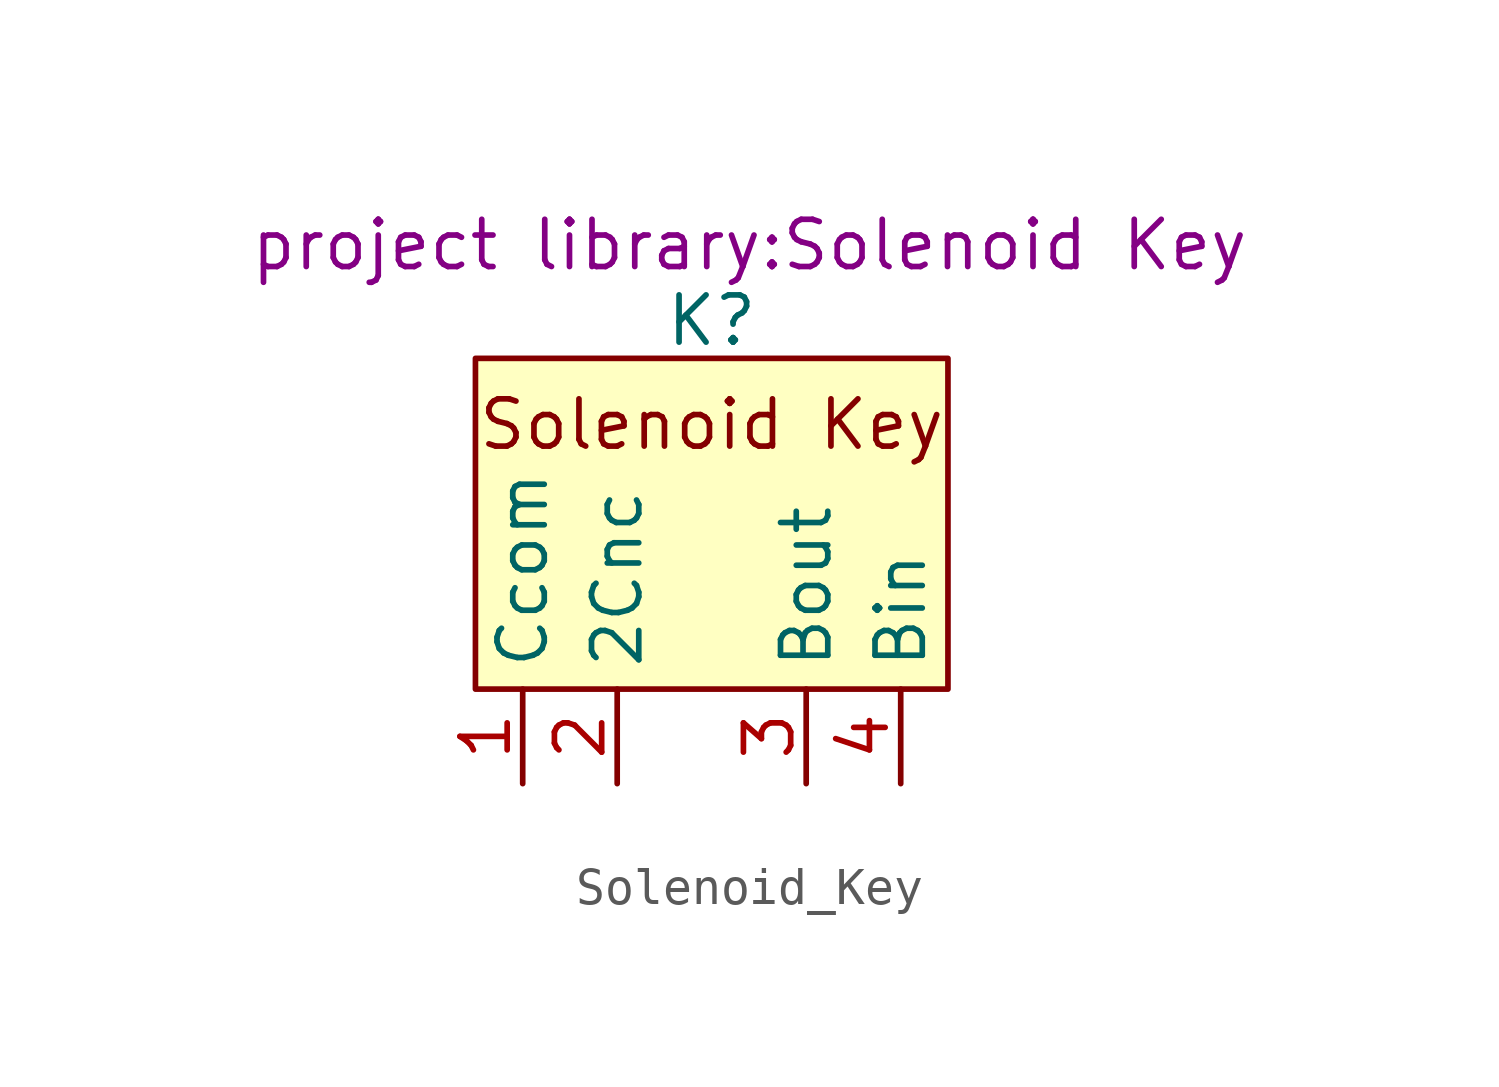
<source format=kicad_sym>
(kicad_symbol_lib
  (version 20241209)
  (generator "kicad_symbol_editor")
  (generator_version "9.0")
  (symbol "Solenoid_Key"
    (property "Reference" "K"
      (at 0 7.366 0)
      (effects (font (size 1.27 1.27))))
    (property "Value" ""
      (at 0 0 0)
      (effects (font (size 1.27 1.27))))
    (property "Footprint" "project library:Solenoid Key"
      (at 1.016 9.398 0)
      (effects (font (size 1.27 1.27))))
    (symbol "Solenoid_Key_1_1"
      (rectangle (start -6.35 6.35) (end 6.35 -2.54) (stroke (width 0) (type solid)) (fill (type background)))
      (text "Solenoid Key\n" (at 0 4.572 0) (effects (font (size 1.27 1.27))))
      (pin bidirectional line (at -5.08 -5.08 90) (length 2.54) (name "Ccom" (effects (font (size 1.27 1.27)))) (number "1" (effects (font (size 1.27 1.27)))))
      (pin bidirectional line (at -2.54 -5.08 90) (length 2.54) (name "2Cnc" (effects (font (size 1.27 1.27)))) (number "2" (effects (font (size 1.27 1.27)))))
      (pin output line (at 2.54 -5.08 90) (length 2.54) (name "Bout" (effects (font (size 1.27 1.27)))) (number "3" (effects (font (size 1.27 1.27)))))
      (pin input line (at 5.08 -5.08 90) (length 2.54) (name "Bin" (effects (font (size 1.27 1.27)))) (number "4" (effects (font (size 1.27 1.27))))))))
</source>
